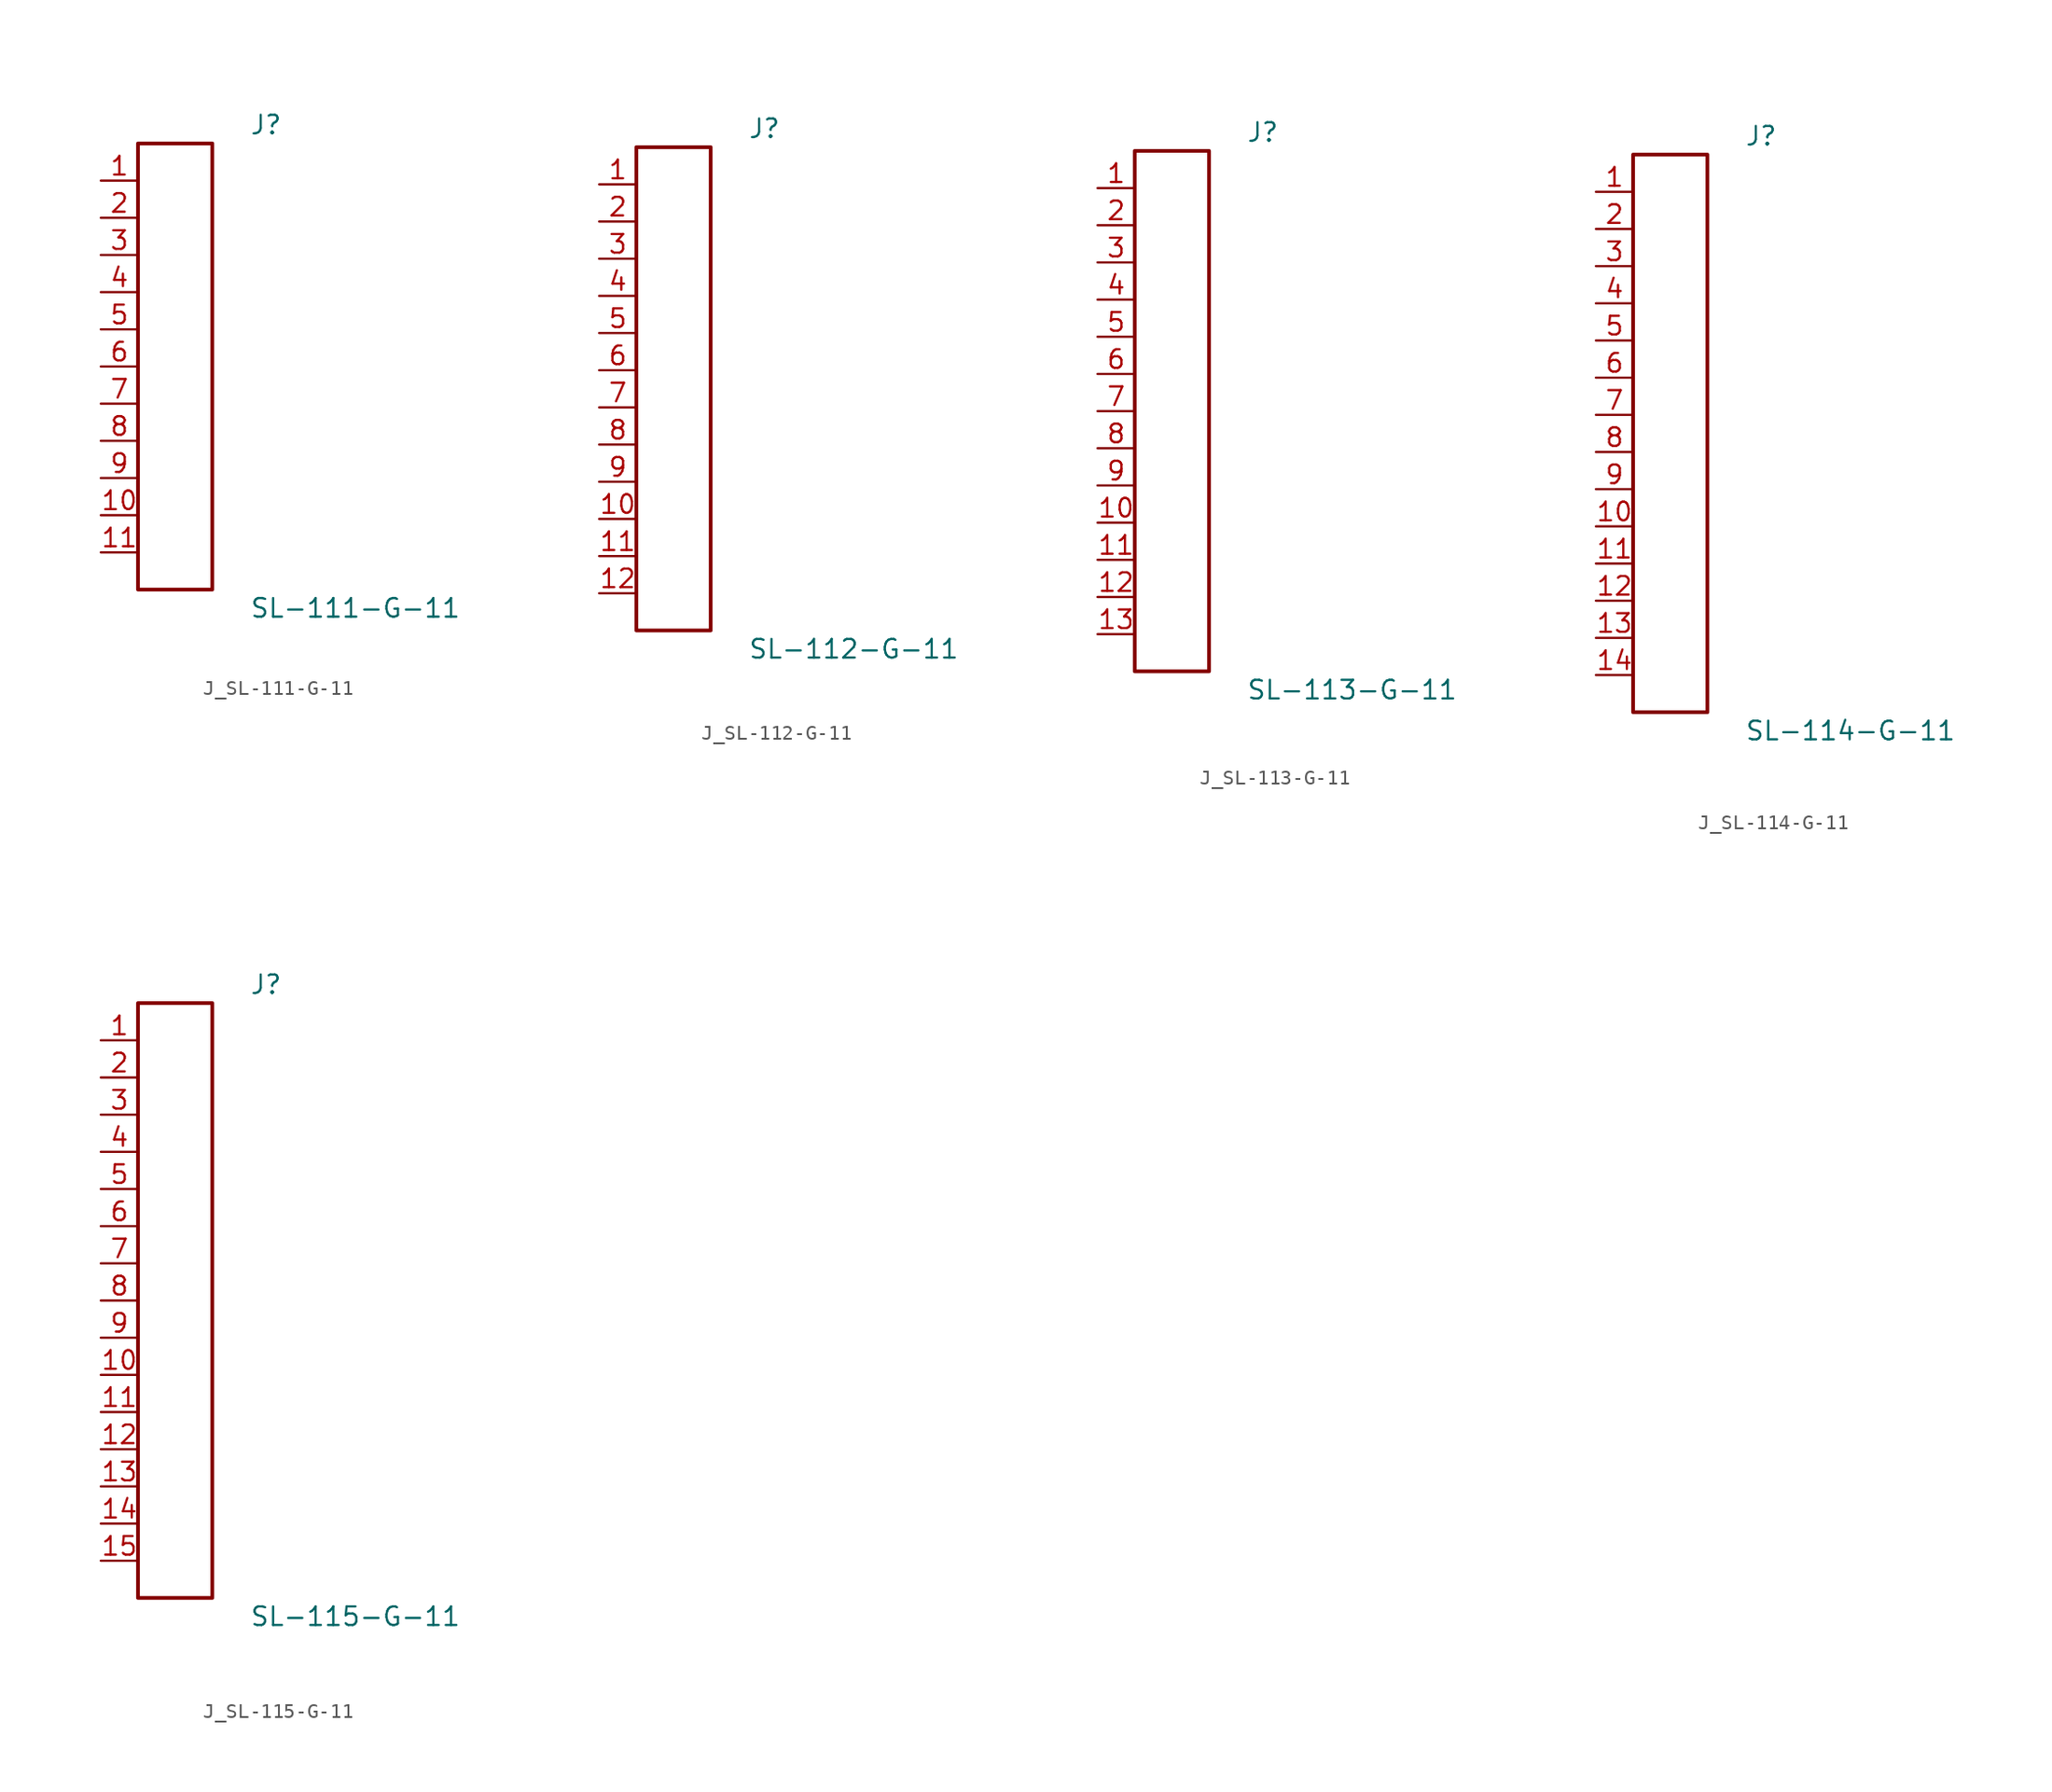
<source format=kicad_sym>
(kicad_symbol_lib
  (version 20231120)
  (generator kicad_symbol_editor)
  (generator_version 8.0)
  (symbol "J_SL-111-G-11"
    (pin_names
      (offset 0.254))
    (property "Reference" "J"
      (at 5.08 16.51 0)
      (effects (font (size 1.27 1.27)) (justify left)))
    (property "Value" "SL-111-G-11"
      (at 5.08 -16.51 0)
      (effects (font (size 1.27 1.27)) (justify left)))
    (symbol "J_SL-111-G-11_0_0"
      (pin unspecified line (at -5.08 12.7 0) (length 2.54) (name "" (effects (font (size 1.27 1.27)))) (number "1" (effects (font (size 1.27 1.27)))))
      (pin unspecified line (at -5.08 10.16 0) (length 2.54) (name "" (effects (font (size 1.27 1.27)))) (number "2" (effects (font (size 1.27 1.27)))))
      (pin unspecified line (at -5.08 7.62 0) (length 2.54) (name "" (effects (font (size 1.27 1.27)))) (number "3" (effects (font (size 1.27 1.27)))))
      (pin unspecified line (at -5.08 5.08 0) (length 2.54) (name "" (effects (font (size 1.27 1.27)))) (number "4" (effects (font (size 1.27 1.27)))))
      (pin unspecified line (at -5.08 2.54 0) (length 2.54) (name "" (effects (font (size 1.27 1.27)))) (number "5" (effects (font (size 1.27 1.27)))))
      (pin unspecified line (at -5.08 0.0 0) (length 2.54) (name "" (effects (font (size 1.27 1.27)))) (number "6" (effects (font (size 1.27 1.27)))))
      (pin unspecified line (at -5.08 -2.54 0) (length 2.54) (name "" (effects (font (size 1.27 1.27)))) (number "7" (effects (font (size 1.27 1.27)))))
      (pin unspecified line (at -5.08 -5.08 0) (length 2.54) (name "" (effects (font (size 1.27 1.27)))) (number "8" (effects (font (size 1.27 1.27)))))
      (pin unspecified line (at -5.08 -7.62 0) (length 2.54) (name "" (effects (font (size 1.27 1.27)))) (number "9" (effects (font (size 1.27 1.27)))))
      (pin unspecified line (at -5.08 -10.16 0) (length 2.54) (name "" (effects (font (size 1.27 1.27)))) (number "10" (effects (font (size 1.27 1.27)))))
      (pin unspecified line (at -5.08 -12.7 0) (length 2.54) (name "" (effects (font (size 1.27 1.27)))) (number "11" (effects (font (size 1.27 1.27))))))
    (symbol "J_SL-111-G-11_1_0"
      (rectangle (start -2.54 15.24) (end 2.54 -15.24) (stroke (width 0.254) (type solid)) (fill (type none)))))
  (symbol "J_SL-112-G-11"
    (pin_names
      (offset 0.254))
    (property "Reference" "J"
      (at 5.08 17.78 0)
      (effects (font (size 1.27 1.27)) (justify left)))
    (property "Value" "SL-112-G-11"
      (at 5.08 -17.78 0)
      (effects (font (size 1.27 1.27)) (justify left)))
    (symbol "J_SL-112-G-11_0_0"
      (pin unspecified line (at -5.08 13.97 0) (length 2.54) (name "" (effects (font (size 1.27 1.27)))) (number "1" (effects (font (size 1.27 1.27)))))
      (pin unspecified line (at -5.08 11.43 0) (length 2.54) (name "" (effects (font (size 1.27 1.27)))) (number "2" (effects (font (size 1.27 1.27)))))
      (pin unspecified line (at -5.08 8.89 0) (length 2.54) (name "" (effects (font (size 1.27 1.27)))) (number "3" (effects (font (size 1.27 1.27)))))
      (pin unspecified line (at -5.08 6.35 0) (length 2.54) (name "" (effects (font (size 1.27 1.27)))) (number "4" (effects (font (size 1.27 1.27)))))
      (pin unspecified line (at -5.08 3.81 0) (length 2.54) (name "" (effects (font (size 1.27 1.27)))) (number "5" (effects (font (size 1.27 1.27)))))
      (pin unspecified line (at -5.08 1.27 0) (length 2.54) (name "" (effects (font (size 1.27 1.27)))) (number "6" (effects (font (size 1.27 1.27)))))
      (pin unspecified line (at -5.08 -1.27 0) (length 2.54) (name "" (effects (font (size 1.27 1.27)))) (number "7" (effects (font (size 1.27 1.27)))))
      (pin unspecified line (at -5.08 -3.81 0) (length 2.54) (name "" (effects (font (size 1.27 1.27)))) (number "8" (effects (font (size 1.27 1.27)))))
      (pin unspecified line (at -5.08 -6.35 0) (length 2.54) (name "" (effects (font (size 1.27 1.27)))) (number "9" (effects (font (size 1.27 1.27)))))
      (pin unspecified line (at -5.08 -8.89 0) (length 2.54) (name "" (effects (font (size 1.27 1.27)))) (number "10" (effects (font (size 1.27 1.27)))))
      (pin unspecified line (at -5.08 -11.43 0) (length 2.54) (name "" (effects (font (size 1.27 1.27)))) (number "11" (effects (font (size 1.27 1.27)))))
      (pin unspecified line (at -5.08 -13.97 0) (length 2.54) (name "" (effects (font (size 1.27 1.27)))) (number "12" (effects (font (size 1.27 1.27))))))
    (symbol "J_SL-112-G-11_1_0"
      (rectangle (start -2.54 16.51) (end 2.54 -16.51) (stroke (width 0.254) (type solid)) (fill (type none)))))
  (symbol "J_SL-113-G-11"
    (pin_names
      (offset 0.254))
    (property "Reference" "J"
      (at 5.08 19.05 0)
      (effects (font (size 1.27 1.27)) (justify left)))
    (property "Value" "SL-113-G-11"
      (at 5.08 -19.05 0)
      (effects (font (size 1.27 1.27)) (justify left)))
    (symbol "J_SL-113-G-11_0_0"
      (pin unspecified line (at -5.08 15.24 0) (length 2.54) (name "" (effects (font (size 1.27 1.27)))) (number "1" (effects (font (size 1.27 1.27)))))
      (pin unspecified line (at -5.08 12.7 0) (length 2.54) (name "" (effects (font (size 1.27 1.27)))) (number "2" (effects (font (size 1.27 1.27)))))
      (pin unspecified line (at -5.08 10.16 0) (length 2.54) (name "" (effects (font (size 1.27 1.27)))) (number "3" (effects (font (size 1.27 1.27)))))
      (pin unspecified line (at -5.08 7.62 0) (length 2.54) (name "" (effects (font (size 1.27 1.27)))) (number "4" (effects (font (size 1.27 1.27)))))
      (pin unspecified line (at -5.08 5.08 0) (length 2.54) (name "" (effects (font (size 1.27 1.27)))) (number "5" (effects (font (size 1.27 1.27)))))
      (pin unspecified line (at -5.08 2.54 0) (length 2.54) (name "" (effects (font (size 1.27 1.27)))) (number "6" (effects (font (size 1.27 1.27)))))
      (pin unspecified line (at -5.08 0.0 0) (length 2.54) (name "" (effects (font (size 1.27 1.27)))) (number "7" (effects (font (size 1.27 1.27)))))
      (pin unspecified line (at -5.08 -2.54 0) (length 2.54) (name "" (effects (font (size 1.27 1.27)))) (number "8" (effects (font (size 1.27 1.27)))))
      (pin unspecified line (at -5.08 -5.08 0) (length 2.54) (name "" (effects (font (size 1.27 1.27)))) (number "9" (effects (font (size 1.27 1.27)))))
      (pin unspecified line (at -5.08 -7.62 0) (length 2.54) (name "" (effects (font (size 1.27 1.27)))) (number "10" (effects (font (size 1.27 1.27)))))
      (pin unspecified line (at -5.08 -10.16 0) (length 2.54) (name "" (effects (font (size 1.27 1.27)))) (number "11" (effects (font (size 1.27 1.27)))))
      (pin unspecified line (at -5.08 -12.7 0) (length 2.54) (name "" (effects (font (size 1.27 1.27)))) (number "12" (effects (font (size 1.27 1.27)))))
      (pin unspecified line (at -5.08 -15.24 0) (length 2.54) (name "" (effects (font (size 1.27 1.27)))) (number "13" (effects (font (size 1.27 1.27))))))
    (symbol "J_SL-113-G-11_1_0"
      (rectangle (start -2.54 17.78) (end 2.54 -17.78) (stroke (width 0.254) (type solid)) (fill (type none)))))
  (symbol "J_SL-114-G-11"
    (pin_names
      (offset 0.254))
    (property "Reference" "J"
      (at 5.08 20.32 0)
      (effects (font (size 1.27 1.27)) (justify left)))
    (property "Value" "SL-114-G-11"
      (at 5.08 -20.32 0)
      (effects (font (size 1.27 1.27)) (justify left)))
    (symbol "J_SL-114-G-11_0_0"
      (pin unspecified line (at -5.08 16.51 0) (length 2.54) (name "" (effects (font (size 1.27 1.27)))) (number "1" (effects (font (size 1.27 1.27)))))
      (pin unspecified line (at -5.08 13.97 0) (length 2.54) (name "" (effects (font (size 1.27 1.27)))) (number "2" (effects (font (size 1.27 1.27)))))
      (pin unspecified line (at -5.08 11.43 0) (length 2.54) (name "" (effects (font (size 1.27 1.27)))) (number "3" (effects (font (size 1.27 1.27)))))
      (pin unspecified line (at -5.08 8.89 0) (length 2.54) (name "" (effects (font (size 1.27 1.27)))) (number "4" (effects (font (size 1.27 1.27)))))
      (pin unspecified line (at -5.08 6.35 0) (length 2.54) (name "" (effects (font (size 1.27 1.27)))) (number "5" (effects (font (size 1.27 1.27)))))
      (pin unspecified line (at -5.08 3.81 0) (length 2.54) (name "" (effects (font (size 1.27 1.27)))) (number "6" (effects (font (size 1.27 1.27)))))
      (pin unspecified line (at -5.08 1.27 0) (length 2.54) (name "" (effects (font (size 1.27 1.27)))) (number "7" (effects (font (size 1.27 1.27)))))
      (pin unspecified line (at -5.08 -1.27 0) (length 2.54) (name "" (effects (font (size 1.27 1.27)))) (number "8" (effects (font (size 1.27 1.27)))))
      (pin unspecified line (at -5.08 -3.81 0) (length 2.54) (name "" (effects (font (size 1.27 1.27)))) (number "9" (effects (font (size 1.27 1.27)))))
      (pin unspecified line (at -5.08 -6.35 0) (length 2.54) (name "" (effects (font (size 1.27 1.27)))) (number "10" (effects (font (size 1.27 1.27)))))
      (pin unspecified line (at -5.08 -8.89 0) (length 2.54) (name "" (effects (font (size 1.27 1.27)))) (number "11" (effects (font (size 1.27 1.27)))))
      (pin unspecified line (at -5.08 -11.43 0) (length 2.54) (name "" (effects (font (size 1.27 1.27)))) (number "12" (effects (font (size 1.27 1.27)))))
      (pin unspecified line (at -5.08 -13.97 0) (length 2.54) (name "" (effects (font (size 1.27 1.27)))) (number "13" (effects (font (size 1.27 1.27)))))
      (pin unspecified line (at -5.08 -16.51 0) (length 2.54) (name "" (effects (font (size 1.27 1.27)))) (number "14" (effects (font (size 1.27 1.27))))))
    (symbol "J_SL-114-G-11_1_0"
      (rectangle (start -2.54 19.05) (end 2.54 -19.05) (stroke (width 0.254) (type solid)) (fill (type none)))))
  (symbol "J_SL-115-G-11"
    (pin_names
      (offset 0.254))
    (property "Reference" "J"
      (at 5.08 21.59 0)
      (effects (font (size 1.27 1.27)) (justify left)))
    (property "Value" "SL-115-G-11"
      (at 5.08 -21.59 0)
      (effects (font (size 1.27 1.27)) (justify left)))
    (symbol "J_SL-115-G-11_0_0"
      (pin unspecified line (at -5.08 17.78 0) (length 2.54) (name "" (effects (font (size 1.27 1.27)))) (number "1" (effects (font (size 1.27 1.27)))))
      (pin unspecified line (at -5.08 15.24 0) (length 2.54) (name "" (effects (font (size 1.27 1.27)))) (number "2" (effects (font (size 1.27 1.27)))))
      (pin unspecified line (at -5.08 12.7 0) (length 2.54) (name "" (effects (font (size 1.27 1.27)))) (number "3" (effects (font (size 1.27 1.27)))))
      (pin unspecified line (at -5.08 10.16 0) (length 2.54) (name "" (effects (font (size 1.27 1.27)))) (number "4" (effects (font (size 1.27 1.27)))))
      (pin unspecified line (at -5.08 7.62 0) (length 2.54) (name "" (effects (font (size 1.27 1.27)))) (number "5" (effects (font (size 1.27 1.27)))))
      (pin unspecified line (at -5.08 5.08 0) (length 2.54) (name "" (effects (font (size 1.27 1.27)))) (number "6" (effects (font (size 1.27 1.27)))))
      (pin unspecified line (at -5.08 2.54 0) (length 2.54) (name "" (effects (font (size 1.27 1.27)))) (number "7" (effects (font (size 1.27 1.27)))))
      (pin unspecified line (at -5.08 0.0 0) (length 2.54) (name "" (effects (font (size 1.27 1.27)))) (number "8" (effects (font (size 1.27 1.27)))))
      (pin unspecified line (at -5.08 -2.54 0) (length 2.54) (name "" (effects (font (size 1.27 1.27)))) (number "9" (effects (font (size 1.27 1.27)))))
      (pin unspecified line (at -5.08 -5.08 0) (length 2.54) (name "" (effects (font (size 1.27 1.27)))) (number "10" (effects (font (size 1.27 1.27)))))
      (pin unspecified line (at -5.08 -7.62 0) (length 2.54) (name "" (effects (font (size 1.27 1.27)))) (number "11" (effects (font (size 1.27 1.27)))))
      (pin unspecified line (at -5.08 -10.16 0) (length 2.54) (name "" (effects (font (size 1.27 1.27)))) (number "12" (effects (font (size 1.27 1.27)))))
      (pin unspecified line (at -5.08 -12.7 0) (length 2.54) (name "" (effects (font (size 1.27 1.27)))) (number "13" (effects (font (size 1.27 1.27)))))
      (pin unspecified line (at -5.08 -15.24 0) (length 2.54) (name "" (effects (font (size 1.27 1.27)))) (number "14" (effects (font (size 1.27 1.27)))))
      (pin unspecified line (at -5.08 -17.78 0) (length 2.54) (name "" (effects (font (size 1.27 1.27)))) (number "15" (effects (font (size 1.27 1.27))))))
    (symbol "J_SL-115-G-11_1_0"
      (rectangle (start -2.54 20.32) (end 2.54 -20.32) (stroke (width 0.254) (type solid)) (fill (type none))))))
</source>
